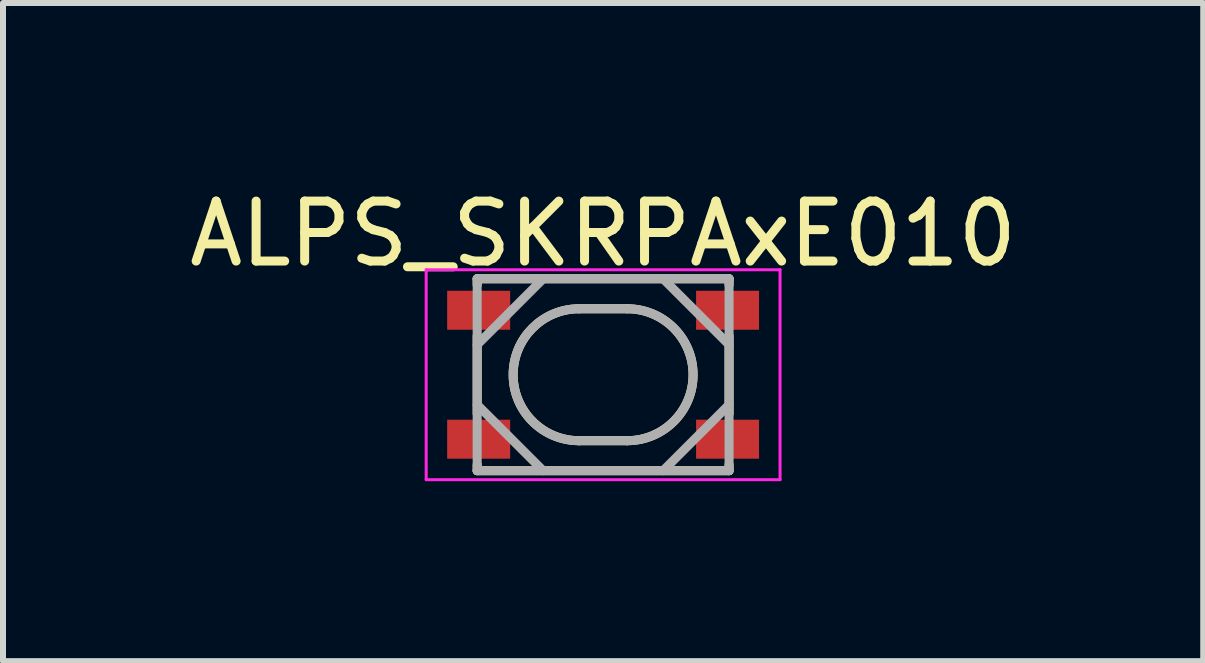
<source format=kicad_pcb>
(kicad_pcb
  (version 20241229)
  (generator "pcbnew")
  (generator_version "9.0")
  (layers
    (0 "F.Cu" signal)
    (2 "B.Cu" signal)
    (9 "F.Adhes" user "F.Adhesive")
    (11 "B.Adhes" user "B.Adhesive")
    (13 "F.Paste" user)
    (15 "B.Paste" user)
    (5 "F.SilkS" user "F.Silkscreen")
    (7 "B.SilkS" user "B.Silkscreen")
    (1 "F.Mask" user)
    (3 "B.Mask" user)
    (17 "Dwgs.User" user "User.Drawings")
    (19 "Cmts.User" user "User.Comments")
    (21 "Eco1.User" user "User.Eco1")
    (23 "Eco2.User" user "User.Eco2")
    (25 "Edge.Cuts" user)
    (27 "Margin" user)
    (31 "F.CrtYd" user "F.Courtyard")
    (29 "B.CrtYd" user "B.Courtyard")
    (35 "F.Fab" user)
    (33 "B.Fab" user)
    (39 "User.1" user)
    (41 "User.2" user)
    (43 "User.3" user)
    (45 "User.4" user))
  (footprint "ALPS_SKRPAxE010"
    (layer "F.Cu")
    (at 7.006 3.198)
    (property "Reference" "ALPS_SKRPAxE010" (at 0 -2.35 0) (layer "F.SilkS") (effects (font (size 1 1) (thickness 0.15))))
    (attr smd)
    (fp_line (start -2.1 -1.6) (end -2.1 -1.5) (stroke (width 0.15) (type solid)) (layer "F.SilkS"))
    (fp_line (start -2.1 -1.6) (end 2.1 -1.6) (stroke (width 0.15) (type solid)) (layer "F.SilkS"))
    (fp_line (start -2.1 -0.65) (end -2.1 0.65) (stroke (width 0.15) (type solid)) (layer "F.SilkS"))
    (fp_line (start -2.1 1.6) (end -2.1 1.5) (stroke (width 0.15) (type solid)) (layer "F.SilkS"))
    (fp_line (start -2.1 1.6) (end 2.1 1.6) (stroke (width 0.15) (type solid)) (layer "F.SilkS"))
    (fp_line (start -0.4 -1.1) (end 0.4 -1.1) (stroke (width 0.15) (type solid)) (layer "F.SilkS"))
    (fp_line (start -0.4 1.1) (end 0.4 1.1) (stroke (width 0.15) (type solid)) (layer "F.SilkS"))
    (fp_line (start 2.1 -1.6) (end 2.1 -1.5) (stroke (width 0.15) (type solid)) (layer "F.SilkS"))
    (fp_line (start 2.1 -0.65) (end 2.1 0.65) (stroke (width 0.15) (type solid)) (layer "F.SilkS"))
    (fp_line (start 2.1 1.6) (end 2.1 1.5) (stroke (width 0.15) (type solid)) (layer "F.SilkS"))
    (fp_arc (start -0.4 1.1) (mid -1.5 0) (end -0.4 -1.1) (stroke (width 0.15) (type solid)) (layer "F.SilkS"))
    (fp_arc (start 0.4 -1.1) (mid 1.5 0) (end 0.4 1.1) (stroke (width 0.15) (type solid)) (layer "F.SilkS"))
    (fp_line (start -2.95 -1.75) (end 2.95 -1.75) (stroke (width 0.05) (type solid)) (layer "F.CrtYd"))
    (fp_line (start -2.95 1.75) (end -2.95 -1.75) (stroke (width 0.05) (type solid)) (layer "F.CrtYd"))
    (fp_line (start 2.95 -1.75) (end 2.95 1.75) (stroke (width 0.05) (type solid)) (layer "F.CrtYd"))
    (fp_line (start 2.95 1.75) (end -2.95 1.75) (stroke (width 0.05) (type solid)) (layer "F.CrtYd"))
    (fp_line (start -2.1 -1.6) (end -2.1 1.6) (stroke (width 0.15) (type solid)) (layer "F.Fab"))
    (fp_line (start -2.1 -0.5) (end -1 -1.6) (stroke (width 0.15) (type solid)) (layer "F.Fab"))
    (fp_line (start -2.1 0.5) (end -1 1.6) (stroke (width 0.15) (type solid)) (layer "F.Fab"))
    (fp_line (start -2.1 1.6) (end 2.1 1.6) (stroke (width 0.15) (type solid)) (layer "F.Fab"))
    (fp_line (start 0.4 -1.1) (end -0.4 -1.1) (stroke (width 0.15) (type solid)) (layer "F.Fab"))
    (fp_line (start 0.4 1.1) (end -0.4 1.1) (stroke (width 0.15) (type solid)) (layer "F.Fab"))
    (fp_line (start 2.1 -1.6) (end -2.1 -1.6) (stroke (width 0.15) (type solid)) (layer "F.Fab"))
    (fp_line (start 2.1 -0.5) (end 1 -1.6) (stroke (width 0.15) (type solid)) (layer "F.Fab"))
    (fp_line (start 2.1 0.5) (end 1 1.6) (stroke (width 0.15) (type solid)) (layer "F.Fab"))
    (fp_line (start 2.1 1.6) (end 2.1 -1.6) (stroke (width 0.15) (type solid)) (layer "F.Fab"))
    (fp_arc (start -0.4 1.1) (mid -1.5 0) (end -0.4 -1.1) (stroke (width 0.15) (type solid)) (layer "F.Fab"))
    (fp_arc (start 0.4 -1.1) (mid 1.5 0) (end 0.4 1.1) (stroke (width 0.15) (type solid)) (layer "F.Fab"))
    (pad "1" smd rect (at -2.075 -1.075) (size 1.05 0.65) (layers "F.Cu" "F.Mask" "F.Paste"))
    (pad "2" smd rect (at 2.075 -1.075) (size 1.05 0.65) (layers "F.Cu" "F.Mask" "F.Paste"))
    (pad "3" smd rect (at -2.075 1.075) (size 1.05 0.65) (layers "F.Cu" "F.Mask" "F.Paste"))
    (pad "4" smd rect (at 2.075 1.075) (size 1.05 0.65) (layers "F.Cu" "F.Mask" "F.Paste")))
  (gr_rect
    (start -3 -3)
    (end 17.012 7.973)
    (stroke (width 0.1) (type default))
    (fill no)
    (layer "Edge.Cuts")))
</source>
